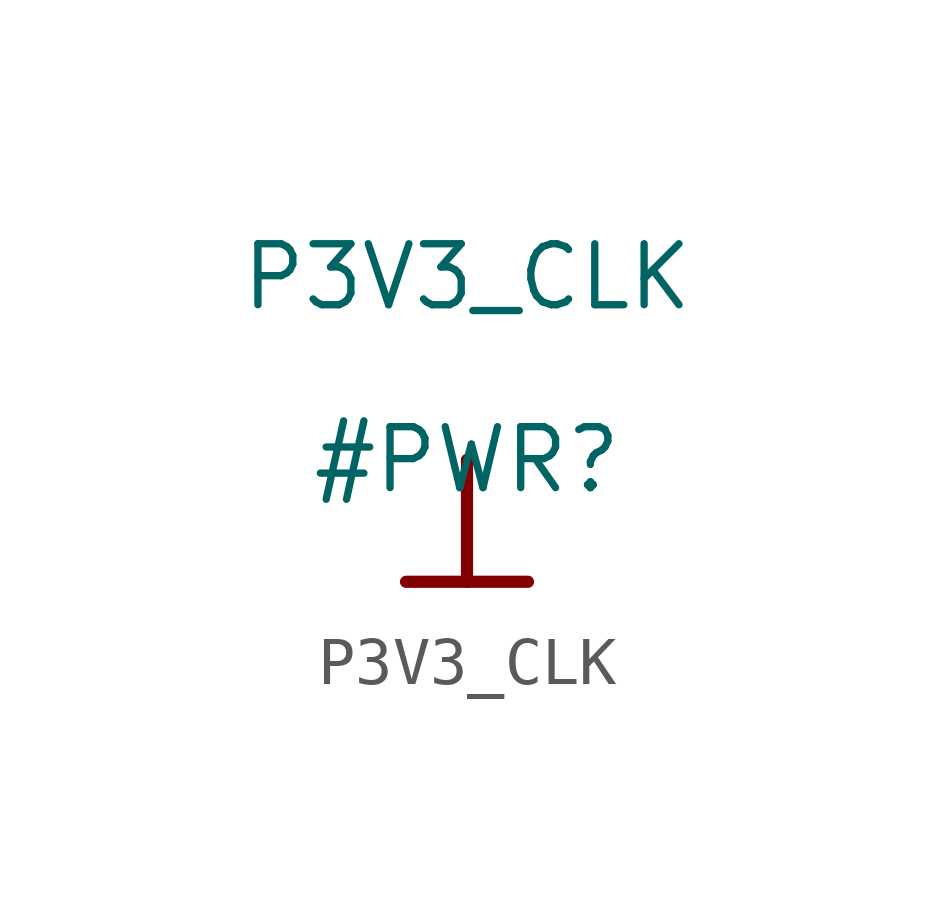
<source format=kicad_sym>
(kicad_symbol_lib
  (version 20231120)
  (generator "kicad_symbol_editor")
  (generator_version "8.0")
  (symbol "P3V3_CLK"
    (power)
    (property "Reference" "#PWR"
      (at 0 0 0)
      (effects (font (size 1.27 1.27))))
    (property "Value" "P3V3_CLK"
      (at 0 3.81 0)
      (effects (font (size 1.27 1.27))))
    (symbol "P3V3_CLK_0_0"
      (polyline (pts (xy -1.27 -2.54) (xy 1.27 -2.54)) (stroke (width 0.254) (type solid)) (fill (type none)))
      (polyline (pts (xy 0 0) (xy 0 -2.54)) (stroke (width 0.254) (type solid)) (fill (type none)))
      (pin power_in line (at 0 0 0) (length 0) hide (name "P3V3_CLK" (effects (font (size 1.27 1.27)))) (number "" (effects (font (size 1.27 1.27))))))))
</source>
